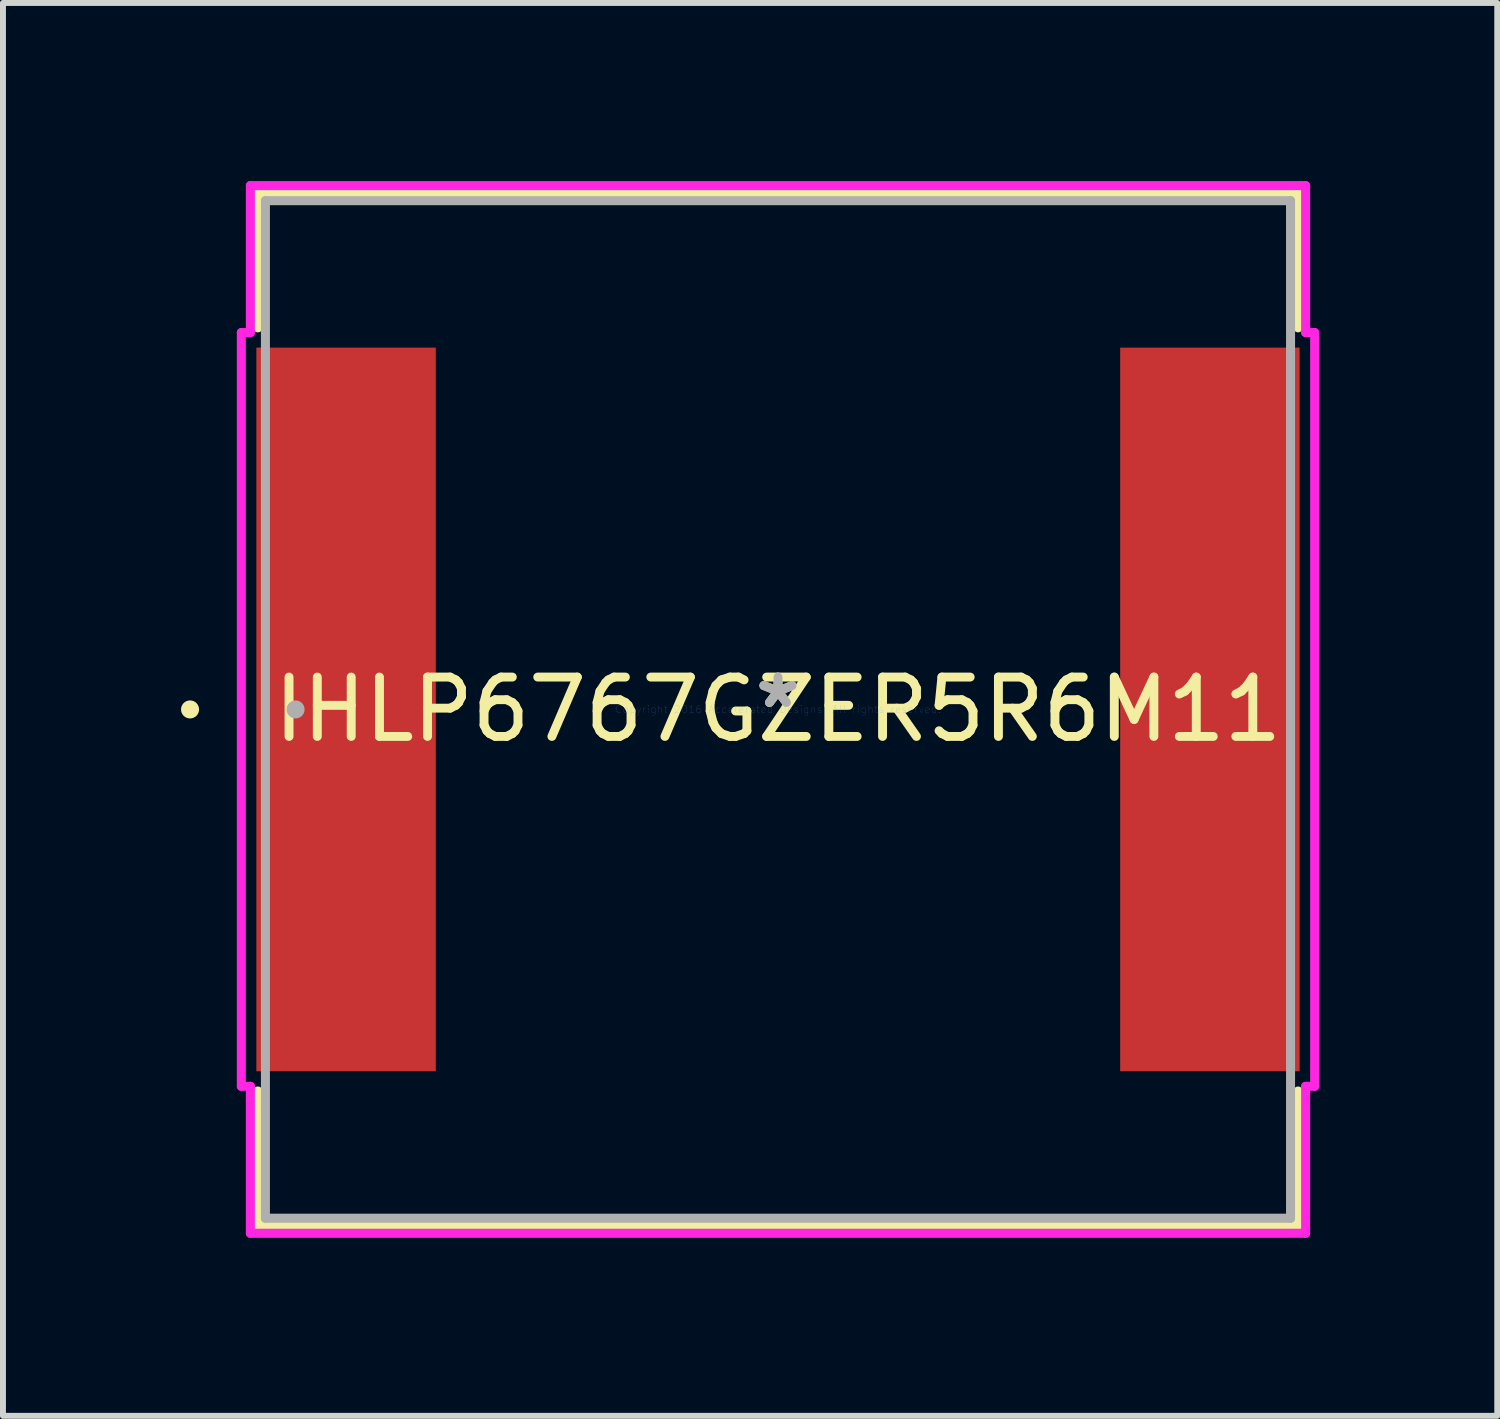
<source format=kicad_pcb>
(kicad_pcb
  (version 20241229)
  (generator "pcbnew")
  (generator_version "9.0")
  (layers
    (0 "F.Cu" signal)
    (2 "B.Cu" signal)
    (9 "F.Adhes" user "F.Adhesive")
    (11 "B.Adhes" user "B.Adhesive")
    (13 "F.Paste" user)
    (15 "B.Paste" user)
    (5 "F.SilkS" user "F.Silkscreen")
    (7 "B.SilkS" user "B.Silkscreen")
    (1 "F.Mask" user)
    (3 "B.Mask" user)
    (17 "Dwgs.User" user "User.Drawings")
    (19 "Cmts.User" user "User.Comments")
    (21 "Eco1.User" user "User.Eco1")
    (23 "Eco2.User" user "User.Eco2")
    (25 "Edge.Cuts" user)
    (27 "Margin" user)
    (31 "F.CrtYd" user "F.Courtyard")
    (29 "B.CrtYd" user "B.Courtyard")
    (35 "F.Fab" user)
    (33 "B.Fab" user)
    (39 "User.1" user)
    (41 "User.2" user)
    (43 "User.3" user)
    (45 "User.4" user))
  (footprint "IHLP6767GZER5R6M11"
    (layer "F.Cu")
    (at 10.058 8.903)
    (property "Reference" "IHLP6767GZER5R6M11" (at 0 0 0) (layer "F.SilkS") (effects (font (size 1 1) (thickness 0.15))))
    (attr through_hole)
    (fp_line (start -8.763 -8.7) (end -8.763 -6.429) (stroke (width 0.152) (type solid)) (layer "F.SilkS"))
    (fp_line (start -8.763 6.429) (end -8.763 8.7) (stroke (width 0.152) (type solid)) (layer "F.SilkS"))
    (fp_line (start -8.763 8.7) (end 8.763 8.7) (stroke (width 0.152) (type solid)) (layer "F.SilkS"))
    (fp_line (start 8.763 -8.7) (end -8.763 -8.7) (stroke (width 0.152) (type solid)) (layer "F.SilkS"))
    (fp_line (start 8.763 -6.429) (end 8.763 -8.7) (stroke (width 0.152) (type solid)) (layer "F.SilkS"))
    (fp_line (start 8.763 8.7) (end 8.763 6.429) (stroke (width 0.152) (type solid)) (layer "F.SilkS"))
    (fp_circle (center -9.906 0) (end -9.83 0) (stroke (width 0.152) (type solid)) (fill no) (layer "F.SilkS"))
    (fp_line (start -9.042 -6.35) (end -8.89 -6.35) (stroke (width 0.152) (type solid)) (layer "F.CrtYd"))
    (fp_line (start -9.042 6.35) (end -9.042 -6.35) (stroke (width 0.152) (type solid)) (layer "F.CrtYd"))
    (fp_line (start -8.89 -8.826) (end 8.89 -8.826) (stroke (width 0.152) (type solid)) (layer "F.CrtYd"))
    (fp_line (start -8.89 -6.35) (end -8.89 -8.826) (stroke (width 0.152) (type solid)) (layer "F.CrtYd"))
    (fp_line (start -8.89 6.35) (end -9.042 6.35) (stroke (width 0.152) (type solid)) (layer "F.CrtYd"))
    (fp_line (start -8.89 8.826) (end -8.89 6.35) (stroke (width 0.152) (type solid)) (layer "F.CrtYd"))
    (fp_line (start 8.89 -8.826) (end 8.89 -6.35) (stroke (width 0.152) (type solid)) (layer "F.CrtYd"))
    (fp_line (start 8.89 -6.35) (end 9.042 -6.35) (stroke (width 0.152) (type solid)) (layer "F.CrtYd"))
    (fp_line (start 8.89 6.35) (end 8.89 8.826) (stroke (width 0.152) (type solid)) (layer "F.CrtYd"))
    (fp_line (start 8.89 8.826) (end -8.89 8.826) (stroke (width 0.152) (type solid)) (layer "F.CrtYd"))
    (fp_line (start 9.042 -6.35) (end 9.042 6.35) (stroke (width 0.152) (type solid)) (layer "F.CrtYd"))
    (fp_line (start 9.042 6.35) (end 8.89 6.35) (stroke (width 0.152) (type solid)) (layer "F.CrtYd"))
    (fp_line (start -8.636 -8.572) (end -8.636 8.572) (stroke (width 0.152) (type solid)) (layer "F.Fab"))
    (fp_line (start -8.636 8.572) (end 8.636 8.572) (stroke (width 0.152) (type solid)) (layer "F.Fab"))
    (fp_line (start 8.636 -8.572) (end -8.636 -8.572) (stroke (width 0.152) (type solid)) (layer "F.Fab"))
    (fp_line (start 8.636 8.572) (end 8.636 -8.572) (stroke (width 0.152) (type solid)) (layer "F.Fab"))
    (fp_circle (center -8.128 0) (end -8.052 0) (stroke (width 0.152) (type solid)) (fill no) (layer "F.Fab"))
    (fp_text user "*" (at 0 0 0) (layer "F.SilkS") (effects (font (size 1 1) (thickness 0.15))))
    (fp_text user "Copyright 2016 Accelerated Designs. All rights reserved." (at 0 0 0) (layer "Cmts.User") (effects (font (size 0.127 0.127) (thickness 0.002))))
    (fp_text user "*" (at 0 0 0) (layer "F.Fab") (effects (font (size 1 1) (thickness 0.15))))
    (pad "1" smd rect (at -7.277 0 90) (size 12.192 3.023) (layers "F.Cu" "F.Mask" "F.Paste"))
    (pad "2" smd rect (at 7.277 0 90) (size 12.192 3.023) (layers "F.Cu" "F.Mask" "F.Paste")))
  (gr_rect
    (start -3 -3)
    (end 22.177 20.805)
    (stroke (width 0.1) (type default))
    (fill no)
    (layer "Edge.Cuts")))
</source>
